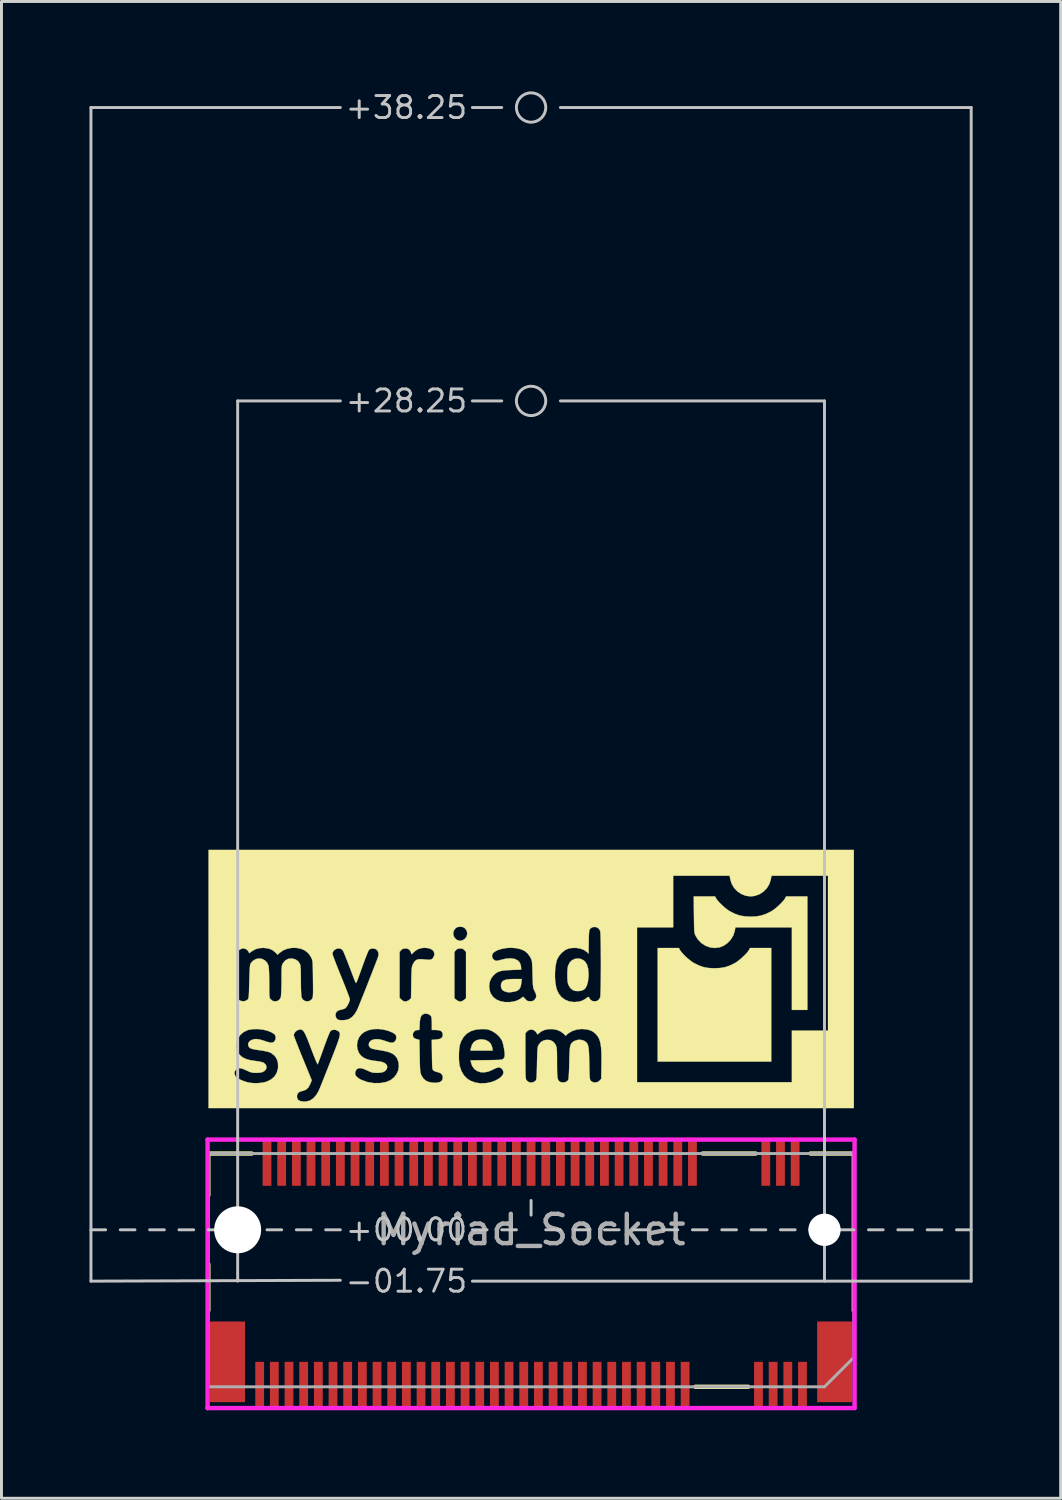
<source format=kicad_pcb>
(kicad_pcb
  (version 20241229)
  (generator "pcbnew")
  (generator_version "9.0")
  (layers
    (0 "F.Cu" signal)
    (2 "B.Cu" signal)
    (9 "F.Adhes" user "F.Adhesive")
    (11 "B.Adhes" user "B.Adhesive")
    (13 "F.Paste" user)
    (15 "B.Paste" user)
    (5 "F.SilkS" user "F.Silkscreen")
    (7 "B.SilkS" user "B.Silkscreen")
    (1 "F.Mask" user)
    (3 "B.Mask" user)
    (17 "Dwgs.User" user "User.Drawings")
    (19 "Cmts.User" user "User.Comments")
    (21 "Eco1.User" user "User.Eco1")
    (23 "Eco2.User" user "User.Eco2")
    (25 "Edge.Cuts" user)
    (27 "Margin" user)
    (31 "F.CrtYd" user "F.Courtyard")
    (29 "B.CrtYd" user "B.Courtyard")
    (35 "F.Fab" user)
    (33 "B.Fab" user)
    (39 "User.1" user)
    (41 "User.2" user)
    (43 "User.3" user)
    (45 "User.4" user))
  (footprint "Myriad_Socket"
    (layer "F.Cu")
    (at 15.05 38.864)
    (property "Reference" "Myriad_Socket" (at 0 0 180) (layer "F.Fab") (effects (font (size 1 1) (thickness 0.15))))
    (attr smd)
    (fp_line (start -11 -2.6) (end -11 -1.175) (stroke (width 0.15) (type solid)) (layer "F.SilkS"))
    (fp_line (start -11 1.175) (end -11 2.75) (stroke (width 0.15) (type solid)) (layer "F.SilkS"))
    (fp_line (start -9.525 -2.6) (end -11 -2.6) (stroke (width 0.15) (type solid)) (layer "F.SilkS"))
    (fp_line (start 7.4 5.35) (end 5.6 5.35) (stroke (width 0.15) (type solid)) (layer "F.SilkS"))
    (fp_line (start 7.65 -2.6) (end 5.85 -2.6) (stroke (width 0.15) (type solid)) (layer "F.SilkS"))
    (fp_line (start 11 -2.6) (end 9.525 -2.6) (stroke (width 0.15) (type solid)) (layer "F.SilkS"))
    (fp_line (start 11 -2.6) (end 11 2.75) (stroke (width 0.15) (type solid)) (layer "F.SilkS"))
    (fp_poly (pts (xy -1.558 -6.472) (xy -1.451 -6.42) (xy -1.373 -6.339) (xy -1.328 -6.23) (xy -1.321 -6.194) (xy -1.309 -6.107) (xy -2.065 -6.107) (xy -2.05 -6.19) (xy -2.01 -6.315) (xy -1.941 -6.408) (xy -1.844 -6.466) (xy -1.72 -6.49) (xy -1.689 -6.491) (xy -1.558 -6.472)) (stroke (width 0.01) (type solid)) (fill yes) (layer "F.SilkS"))
    (fp_poly (pts (xy -0.331 -8.416) (xy -0.353 -8.296) (xy -0.393 -8.212) (xy -0.457 -8.156) (xy -0.487 -8.142) (xy -0.546 -8.124) (xy -0.624 -8.108) (xy -0.703 -8.097) (xy -0.767 -8.093) (xy -0.798 -8.097) (xy -0.835 -8.107) (xy -0.88 -8.118) (xy -0.96 -8.155) (xy -1.011 -8.224) (xy -1.029 -8.316) (xy -1.018 -8.397) (xy -0.985 -8.458) (xy -0.926 -8.501) (xy -0.836 -8.529) (xy -0.711 -8.544) (xy -0.565 -8.548) (xy -0.319 -8.548) (xy -0.331 -8.416)) (stroke (width 0.01) (type solid)) (fill yes) (layer "F.SilkS"))
    (fp_poly (pts (xy 5.073 -9.538) (xy 5.119 -9.472) (xy 5.191 -9.39) (xy 5.28 -9.302) (xy 5.377 -9.217) (xy 5.472 -9.143) (xy 5.549 -9.093) (xy 5.716 -9.011) (xy 5.871 -8.956) (xy 6.032 -8.925) (xy 6.215 -8.914) (xy 6.25 -8.914) (xy 6.438 -8.922) (xy 6.602 -8.949) (xy 6.757 -8.999) (xy 6.92 -9.077) (xy 6.951 -9.093) (xy 7.035 -9.148) (xy 7.13 -9.223) (xy 7.226 -9.309) (xy 7.315 -9.396) (xy 7.386 -9.477) (xy 7.427 -9.538) (xy 7.461 -9.604) (xy 8.185 -9.604) (xy 8.185 -5.733) (xy 4.315 -5.733) (xy 4.315 -9.604) (xy 5.039 -9.604) (xy 5.073 -9.538)) (stroke (width 0.01) (type solid)) (fill yes) (layer "F.SilkS"))
    (fp_poly (pts (xy 1.69 -9.234) (xy 1.79 -9.185) (xy 1.849 -9.131) (xy 1.909 -9.031) (xy 1.946 -8.894) (xy 1.959 -8.723) (xy 1.956 -8.613) (xy 1.937 -8.451) (xy 1.899 -8.321) (xy 1.843 -8.226) (xy 1.796 -8.183) (xy 1.715 -8.149) (xy 1.615 -8.135) (xy 1.514 -8.14) (xy 1.43 -8.166) (xy 1.418 -8.172) (xy 1.33 -8.249) (xy 1.271 -8.354) (xy 1.257 -8.397) (xy 1.245 -8.466) (xy 1.237 -8.565) (xy 1.235 -8.68) (xy 1.237 -8.797) (xy 1.245 -8.902) (xy 1.256 -8.982) (xy 1.259 -8.991) (xy 1.308 -9.099) (xy 1.384 -9.179) (xy 1.478 -9.229) (xy 1.583 -9.248) (xy 1.69 -9.234)) (stroke (width 0.01) (type solid)) (fill yes) (layer "F.SilkS"))
    (fp_poly (pts (xy 6.305 -11.298) (xy 6.35 -11.231) (xy 6.422 -11.15) (xy 6.512 -11.062) (xy 6.609 -10.976) (xy 6.703 -10.902) (xy 6.781 -10.853) (xy 6.947 -10.77) (xy 7.103 -10.715) (xy 7.264 -10.685) (xy 7.446 -10.674) (xy 7.481 -10.673) (xy 7.67 -10.681) (xy 7.833 -10.708) (xy 7.988 -10.759) (xy 8.152 -10.836) (xy 8.182 -10.853) (xy 8.266 -10.907) (xy 8.361 -10.982) (xy 8.458 -11.068) (xy 8.546 -11.156) (xy 8.617 -11.237) (xy 8.658 -11.298) (xy 8.692 -11.363) (xy 9.417 -11.363) (xy 9.417 -7.493) (xy 8.889 -7.493) (xy 8.889 -10.308) (xy 6.964 -10.308) (xy 6.939 -10.177) (xy 6.889 -10.025) (xy 6.802 -9.885) (xy 6.687 -9.766) (xy 6.55 -9.675) (xy 6.417 -9.624) (xy 6.254 -9.605) (xy 6.092 -9.626) (xy 5.939 -9.684) (xy 5.8 -9.776) (xy 5.683 -9.899) (xy 5.612 -10.013) (xy 5.596 -10.045) (xy 5.583 -10.077) (xy 5.574 -10.112) (xy 5.566 -10.157) (xy 5.561 -10.218) (xy 5.557 -10.3) (xy 5.555 -10.408) (xy 5.553 -10.549) (xy 5.551 -10.728) (xy 5.55 -10.742) (xy 5.544 -11.363) (xy 6.271 -11.363) (xy 6.305 -11.298)) (stroke (width 0.01) (type solid)) (fill yes) (layer "F.SilkS"))
    (fp_poly (pts (xy 11 -4.15) (xy -10.991 -4.15) (xy -10.991 -5.306) (xy -10.107 -5.306) (xy -10.072 -5.227) (xy -10.069 -5.223) (xy -10.015 -5.176) (xy -9.928 -5.126) (xy -9.822 -5.079) (xy -9.706 -5.039) (xy -9.606 -5.015) (xy -9.463 -4.998) (xy -9.306 -4.999) (xy -9.155 -5.015) (xy -9.024 -5.045) (xy -9.006 -5.052) (xy -8.857 -5.127) (xy -8.744 -5.228) (xy -8.666 -5.354) (xy -8.626 -5.504) (xy -8.622 -5.534) (xy -8.627 -5.69) (xy -8.668 -5.826) (xy -8.746 -5.938) (xy -8.858 -6.024) (xy -8.888 -6.04) (xy -8.956 -6.064) (xy -9.057 -6.088) (xy -9.177 -6.11) (xy -9.233 -6.118) (xy -9.37 -6.137) (xy -9.469 -6.156) (xy -9.538 -6.176) (xy -9.585 -6.2) (xy -9.616 -6.231) (xy -9.629 -6.252) (xy -9.646 -6.323) (xy -9.625 -6.389) (xy -9.572 -6.444) (xy -9.491 -6.484) (xy -9.39 -6.502) (xy -9.364 -6.502) (xy -9.292 -6.494) (xy -9.2 -6.473) (xy -9.111 -6.446) (xy -8.989 -6.404) (xy -8.899 -6.382) (xy -8.833 -6.378) (xy -8.784 -6.393) (xy -8.754 -6.414) (xy -8.717 -6.473) (xy -8.703 -6.546) (xy -8.714 -6.617) (xy -8.721 -6.628) (xy -8.088 -6.628) (xy -8.08 -6.601) (xy -8.057 -6.539) (xy -8.021 -6.445) (xy -7.974 -6.324) (xy -7.918 -6.182) (xy -7.854 -6.023) (xy -7.784 -5.851) (xy -7.782 -5.846) (xy -7.475 -5.096) (xy -7.521 -4.98) (xy -7.582 -4.863) (xy -7.657 -4.785) (xy -7.751 -4.742) (xy -7.785 -4.735) (xy -7.885 -4.706) (xy -7.949 -4.654) (xy -7.977 -4.578) (xy -7.979 -4.547) (xy -7.97 -4.478) (xy -7.937 -4.429) (xy -7.921 -4.415) (xy -7.85 -4.383) (xy -7.755 -4.37) (xy -7.649 -4.376) (xy -7.549 -4.402) (xy -7.528 -4.411) (xy -7.422 -4.481) (xy -7.325 -4.589) (xy -7.242 -4.728) (xy -7.23 -4.754) (xy -7.209 -4.803) (xy -7.174 -4.889) (xy -7.128 -5.004) (xy -7.071 -5.146) (xy -7.007 -5.307) (xy -6.98 -5.375) (xy -5.996 -5.375) (xy -5.995 -5.297) (xy -5.951 -5.223) (xy -5.864 -5.153) (xy -5.775 -5.106) (xy -5.571 -5.034) (xy -5.355 -4.999) (xy -5.138 -5.001) (xy -4.932 -5.039) (xy -4.928 -5.041) (xy -4.787 -5.103) (xy -4.672 -5.193) (xy -4.585 -5.305) (xy -4.528 -5.432) (xy -4.505 -5.568) (xy -4.516 -5.705) (xy -4.565 -5.839) (xy -4.609 -5.906) (xy -4.681 -5.977) (xy -4.785 -6.034) (xy -4.925 -6.079) (xy -5.103 -6.114) (xy -5.143 -6.12) (xy -5.25 -6.137) (xy -5.346 -6.156) (xy -5.419 -6.174) (xy -5.454 -6.187) (xy -5.511 -6.236) (xy -5.533 -6.3) (xy -5.523 -6.369) (xy -5.48 -6.431) (xy -5.417 -6.471) (xy -5.302 -6.499) (xy -5.168 -6.492) (xy -5.012 -6.451) (xy -4.999 -6.446) (xy -4.881 -6.405) (xy -4.796 -6.382) (xy -4.734 -6.376) (xy -4.688 -6.387) (xy -4.649 -6.413) (xy -4.645 -6.416) (xy -4.606 -6.477) (xy -4.591 -6.551) (xy -4.602 -6.621) (xy -4.63 -6.662) (xy -4.644 -6.671) (xy -4.031 -6.671) (xy -4.023 -6.589) (xy -4.021 -6.582) (xy -3.99 -6.538) (xy -3.93 -6.508) (xy -3.902 -6.499) (xy -3.805 -6.473) (xy -3.796 -5.922) (xy -3.793 -5.749) (xy -3.789 -5.614) (xy -3.785 -5.511) (xy -3.78 -5.433) (xy -3.773 -5.376) (xy -3.764 -5.332) (xy -3.752 -5.296) (xy -3.741 -5.272) (xy -3.674 -5.16) (xy -3.587 -5.084) (xy -3.489 -5.04) (xy -3.385 -5.018) (xy -3.274 -5.01) (xy -3.173 -5.018) (xy -3.098 -5.04) (xy -3.042 -5.08) (xy -3.015 -5.136) (xy -3.008 -5.207) (xy -3.029 -5.282) (xy -3.085 -5.338) (xy -3.174 -5.371) (xy -3.185 -5.373) (xy -3.256 -5.392) (xy -3.315 -5.421) (xy -3.323 -5.427) (xy -3.339 -5.441) (xy -3.35 -5.459) (xy -3.359 -5.486) (xy -3.366 -5.529) (xy -3.37 -5.592) (xy -3.373 -5.682) (xy -3.376 -5.805) (xy -3.378 -5.955) (xy -2.46 -5.955) (xy -2.459 -5.818) (xy -2.451 -5.695) (xy -2.437 -5.6) (xy -2.435 -5.59) (xy -2.373 -5.407) (xy -2.284 -5.259) (xy -2.168 -5.144) (xy -2.058 -5.077) (xy -1.899 -5.018) (xy -1.731 -4.992) (xy -1.545 -4.999) (xy -1.471 -5.009) (xy -1.332 -5.042) (xy -1.204 -5.092) (xy -1.095 -5.154) (xy -1.01 -5.224) (xy -0.957 -5.297) (xy -0.941 -5.361) (xy -0.96 -5.44) (xy -1.008 -5.501) (xy -1.075 -5.533) (xy -1.101 -5.535) (xy -1.152 -5.525) (xy -1.225 -5.497) (xy -1.304 -5.458) (xy -1.305 -5.457) (xy -1.453 -5.393) (xy -1.595 -5.366) (xy -1.726 -5.373) (xy -1.843 -5.414) (xy -1.939 -5.486) (xy -2.01 -5.588) (xy -2.048 -5.705) (xy -2.061 -5.775) (xy -1.526 -5.782) (xy -1.357 -5.784) (xy -1.227 -5.787) (xy -1.129 -5.79) (xy -1.059 -5.794) (xy -1.011 -5.801) (xy -0.979 -5.809) (xy -0.957 -5.82) (xy -0.944 -5.83) (xy -0.909 -5.882) (xy -0.897 -5.958) (xy -0.897 -5.966) (xy -0.903 -6.056) (xy -0.919 -6.164) (xy -0.941 -6.276) (xy -0.966 -6.377) (xy -0.992 -6.451) (xy -0.997 -6.46) (xy -1.08 -6.58) (xy -1.193 -6.687) (xy -1.211 -6.699) (xy -0.194 -6.699) (xy -0.194 -5.924) (xy -0.193 -5.715) (xy -0.193 -5.546) (xy -0.191 -5.412) (xy -0.189 -5.309) (xy -0.185 -5.232) (xy -0.18 -5.177) (xy -0.174 -5.139) (xy -0.166 -5.113) (xy -0.158 -5.099) (xy -0.094 -5.041) (xy -0.013 -5.017) (xy 0.072 -5.028) (xy 0.146 -5.074) (xy 0.147 -5.075) (xy 0.161 -5.091) (xy 0.172 -5.112) (xy 0.18 -5.145) (xy 0.186 -5.193) (xy 0.191 -5.264) (xy 0.195 -5.361) (xy 0.199 -5.491) (xy 0.202 -5.66) (xy 0.202 -5.673) (xy 0.206 -5.846) (xy 0.21 -5.981) (xy 0.214 -6.083) (xy 0.219 -6.158) (xy 0.226 -6.213) (xy 0.235 -6.252) (xy 0.246 -6.282) (xy 0.257 -6.303) (xy 0.333 -6.398) (xy 0.429 -6.454) (xy 0.525 -6.474) (xy 0.644 -6.467) (xy 0.74 -6.423) (xy 0.815 -6.341) (xy 0.835 -6.306) (xy 0.85 -6.272) (xy 0.863 -6.238) (xy 0.871 -6.198) (xy 0.877 -6.144) (xy 0.881 -6.071) (xy 0.883 -5.971) (xy 0.884 -5.84) (xy 0.884 -5.706) (xy 0.885 -5.522) (xy 0.887 -5.377) (xy 0.893 -5.265) (xy 0.903 -5.183) (xy 0.918 -5.124) (xy 0.939 -5.083) (xy 0.968 -5.056) (xy 1.004 -5.037) (xy 1.018 -5.032) (xy 1.102 -5.02) (xy 1.184 -5.038) (xy 1.247 -5.081) (xy 1.264 -5.103) (xy 1.274 -5.14) (xy 1.282 -5.213) (xy 1.29 -5.324) (xy 1.296 -5.475) (xy 1.301 -5.668) (xy 1.302 -5.7) (xy 1.306 -5.886) (xy 1.311 -6.033) (xy 1.318 -6.147) (xy 1.329 -6.233) (xy 1.345 -6.296) (xy 1.367 -6.343) (xy 1.396 -6.379) (xy 1.434 -6.409) (xy 1.483 -6.437) (xy 1.483 -6.438) (xy 1.582 -6.472) (xy 1.691 -6.476) (xy 1.792 -6.45) (xy 1.837 -6.424) (xy 1.875 -6.393) (xy 1.906 -6.36) (xy 1.93 -6.318) (xy 1.947 -6.263) (xy 1.96 -6.189) (xy 1.97 -6.091) (xy 1.976 -5.963) (xy 1.981 -5.8) (xy 1.984 -5.673) (xy 1.987 -5.503) (xy 1.99 -5.371) (xy 1.994 -5.272) (xy 1.999 -5.2) (xy 2.005 -5.15) (xy 2.013 -5.117) (xy 2.023 -5.094) (xy 2.037 -5.077) (xy 2.044 -5.069) (xy 2.115 -5.027) (xy 2.199 -5.019) (xy 2.282 -5.044) (xy 2.33 -5.08) (xy 2.39 -5.141) (xy 2.398 -5.615) (xy 2.4 -5.846) (xy 2.396 -6.038) (xy 2.387 -6.196) (xy 2.371 -6.326) (xy 2.346 -6.432) (xy 2.314 -6.52) (xy 2.271 -6.593) (xy 2.218 -6.658) (xy 2.2 -6.677) (xy 2.126 -6.741) (xy 2.052 -6.785) (xy 1.961 -6.815) (xy 1.884 -6.832) (xy 1.724 -6.845) (xy 1.562 -6.826) (xy 1.41 -6.778) (xy 1.279 -6.703) (xy 1.235 -6.666) (xy 1.178 -6.613) (xy 1.116 -6.678) (xy 1.011 -6.758) (xy 0.884 -6.812) (xy 0.743 -6.839) (xy 0.6 -6.84) (xy 0.463 -6.812) (xy 0.342 -6.758) (xy 0.269 -6.698) (xy 0.231 -6.666) (xy 0.211 -6.669) (xy 0.208 -6.675) (xy 0.187 -6.711) (xy 0.151 -6.758) (xy 0.147 -6.762) (xy 0.08 -6.811) (xy -0.002 -6.825) (xy -0.082 -6.805) (xy -0.141 -6.76) (xy -0.194 -6.699) (xy -1.211 -6.699) (xy -1.324 -6.77) (xy -1.343 -6.779) (xy -1.419 -6.811) (xy -1.487 -6.83) (xy -1.563 -6.839) (xy -1.664 -6.841) (xy -1.678 -6.841) (xy -1.876 -6.824) (xy -2.046 -6.773) (xy -2.189 -6.688) (xy -2.303 -6.569) (xy -2.388 -6.418) (xy -2.428 -6.3) (xy -2.445 -6.21) (xy -2.455 -6.09) (xy -2.46 -5.955) (xy -3.378 -5.955) (xy -3.378 -5.966) (xy -3.378 -5.971) (xy -3.385 -6.476) (xy -3.242 -6.485) (xy -3.131 -6.501) (xy -3.058 -6.533) (xy -3.018 -6.584) (xy -3.009 -6.644) (xy -3.022 -6.72) (xy -3.062 -6.771) (xy -3.135 -6.8) (xy -3.244 -6.811) (xy -3.26 -6.811) (xy -3.382 -6.811) (xy -3.382 -7.021) (xy -3.385 -7.118) (xy -3.391 -7.202) (xy -3.401 -7.26) (xy -3.406 -7.276) (xy -3.453 -7.325) (xy -3.525 -7.358) (xy -3.603 -7.369) (xy -3.636 -7.364) (xy -3.699 -7.336) (xy -3.744 -7.287) (xy -3.774 -7.212) (xy -3.791 -7.103) (xy -3.796 -7.02) (xy -3.805 -6.811) (xy -3.864 -6.811) (xy -3.945 -6.792) (xy -4.003 -6.742) (xy -4.031 -6.671) (xy -4.644 -6.671) (xy -4.722 -6.722) (xy -4.849 -6.775) (xy -5.004 -6.818) (xy -5.022 -6.822) (xy -5.207 -6.845) (xy -5.384 -6.838) (xy -5.546 -6.803) (xy -5.685 -6.74) (xy -5.785 -6.663) (xy -5.868 -6.549) (xy -5.918 -6.419) (xy -5.934 -6.281) (xy -5.915 -6.146) (xy -5.863 -6.022) (xy -5.806 -5.946) (xy -5.732 -5.882) (xy -5.641 -5.832) (xy -5.526 -5.794) (xy -5.381 -5.765) (xy -5.206 -5.744) (xy -5.08 -5.721) (xy -4.985 -5.681) (xy -4.925 -5.626) (xy -4.901 -5.559) (xy -4.918 -5.483) (xy -4.925 -5.471) (xy -4.975 -5.411) (xy -5.05 -5.372) (xy -5.157 -5.353) (xy -5.253 -5.349) (xy -5.343 -5.352) (xy -5.414 -5.362) (xy -5.485 -5.385) (xy -5.572 -5.425) (xy -5.587 -5.432) (xy -5.71 -5.485) (xy -5.806 -5.51) (xy -5.879 -5.507) (xy -5.935 -5.476) (xy -5.954 -5.456) (xy -5.996 -5.375) (xy -6.98 -5.375) (xy -6.937 -5.484) (xy -6.864 -5.67) (xy -6.836 -5.741) (xy -6.749 -5.965) (xy -6.677 -6.151) (xy -6.619 -6.303) (xy -6.576 -6.426) (xy -6.544 -6.523) (xy -6.525 -6.598) (xy -6.516 -6.655) (xy -6.517 -6.697) (xy -6.528 -6.728) (xy -6.546 -6.752) (xy -6.572 -6.773) (xy -6.586 -6.783) (xy -6.663 -6.814) (xy -6.745 -6.817) (xy -6.816 -6.792) (xy -6.835 -6.777) (xy -6.854 -6.745) (xy -6.884 -6.678) (xy -6.924 -6.581) (xy -6.971 -6.46) (xy -7.022 -6.323) (xy -7.068 -6.195) (xy -7.12 -6.049) (xy -7.168 -5.917) (xy -7.209 -5.805) (xy -7.242 -5.717) (xy -7.265 -5.66) (xy -7.274 -5.64) (xy -7.285 -5.655) (xy -7.309 -5.706) (xy -7.345 -5.788) (xy -7.389 -5.896) (xy -7.439 -6.025) (xy -7.494 -6.167) (xy -7.563 -6.349) (xy -7.619 -6.493) (xy -7.667 -6.605) (xy -7.706 -6.688) (xy -7.74 -6.747) (xy -7.771 -6.787) (xy -7.801 -6.811) (xy -7.828 -6.823) (xy -7.901 -6.825) (xy -7.976 -6.795) (xy -8.039 -6.742) (xy -8.08 -6.674) (xy -8.088 -6.628) (xy -8.721 -6.628) (xy -8.743 -6.662) (xy -8.85 -6.732) (xy -8.987 -6.786) (xy -9.145 -6.823) (xy -9.311 -6.842) (xy -9.475 -6.839) (xy -9.625 -6.815) (xy -9.671 -6.801) (xy -9.802 -6.736) (xy -9.908 -6.644) (xy -9.985 -6.532) (xy -10.032 -6.406) (xy -10.047 -6.273) (xy -10.027 -6.142) (xy -9.971 -6.018) (xy -9.922 -5.953) (xy -9.837 -5.881) (xy -9.727 -5.825) (xy -9.585 -5.784) (xy -9.406 -5.756) (xy -9.391 -5.754) (xy -9.283 -5.739) (xy -9.19 -5.719) (xy -9.125 -5.699) (xy -9.111 -5.692) (xy -9.046 -5.635) (xy -9.017 -5.564) (xy -9.028 -5.489) (xy -9.036 -5.473) (xy -9.086 -5.413) (xy -9.16 -5.373) (xy -9.263 -5.353) (xy -9.365 -5.349) (xy -9.456 -5.352) (xy -9.527 -5.362) (xy -9.597 -5.385) (xy -9.685 -5.425) (xy -9.699 -5.432) (xy -9.817 -5.483) (xy -9.907 -5.508) (xy -9.977 -5.507) (xy -10.034 -5.48) (xy -10.058 -5.459) (xy -10.103 -5.387) (xy -10.107 -5.306) (xy -10.991 -5.306) (xy -10.991 -8.34) (xy -10.022 -8.34) (xy -10.02 -8.195) (xy -10.016 -8.082) (xy -10.009 -7.995) (xy -9.999 -7.93) (xy -9.985 -7.884) (xy -9.967 -7.851) (xy -9.944 -7.828) (xy -9.918 -7.812) (xy -9.838 -7.788) (xy -9.75 -7.796) (xy -9.674 -7.834) (xy -9.662 -7.844) (xy -9.648 -7.861) (xy -9.637 -7.882) (xy -9.629 -7.913) (xy -9.622 -7.96) (xy -9.617 -8.028) (xy -9.613 -8.123) (xy -9.61 -8.25) (xy -9.606 -8.415) (xy -9.605 -8.444) (xy -9.6 -8.627) (xy -9.594 -8.783) (xy -9.587 -8.909) (xy -9.579 -8.999) (xy -9.571 -9.05) (xy -9.569 -9.056) (xy -9.535 -9.108) (xy -9.485 -9.162) (xy -9.475 -9.171) (xy -9.376 -9.228) (xy -9.27 -9.248) (xy -9.166 -9.232) (xy -9.072 -9.183) (xy -8.996 -9.104) (xy -8.948 -8.999) (xy -8.941 -8.948) (xy -8.934 -8.86) (xy -8.929 -8.741) (xy -8.926 -8.598) (xy -8.924 -8.438) (xy -8.924 -8.414) (xy -8.924 -8.253) (xy -8.923 -8.129) (xy -8.921 -8.038) (xy -8.917 -7.973) (xy -8.911 -7.928) (xy -8.902 -7.897) (xy -8.89 -7.874) (xy -8.879 -7.859) (xy -8.812 -7.804) (xy -8.733 -7.784) (xy -8.653 -7.796) (xy -8.583 -7.838) (xy -8.536 -7.908) (xy -8.529 -7.927) (xy -8.523 -7.973) (xy -8.517 -8.056) (xy -8.512 -8.167) (xy -8.508 -8.3) (xy -8.506 -8.446) (xy -8.506 -8.504) (xy -8.506 -8.665) (xy -8.505 -8.788) (xy -8.502 -8.88) (xy -8.498 -8.947) (xy -8.492 -8.995) (xy -8.482 -9.031) (xy -8.469 -9.061) (xy -8.456 -9.085) (xy -8.381 -9.177) (xy -8.284 -9.232) (xy -8.168 -9.247) (xy -8.147 -9.245) (xy -8.031 -9.217) (xy -7.941 -9.155) (xy -7.885 -9.074) (xy -7.872 -9.044) (xy -7.863 -9.007) (xy -7.856 -8.955) (xy -7.851 -8.883) (xy -7.848 -8.786) (xy -7.847 -8.656) (xy -7.846 -8.504) (xy -7.845 -8.354) (xy -7.843 -8.214) (xy -7.838 -8.094) (xy -7.833 -8) (xy -7.826 -7.939) (xy -7.823 -7.927) (xy -7.783 -7.851) (xy -7.717 -7.803) (xy -7.639 -7.784) (xy -7.558 -7.797) (xy -7.487 -7.845) (xy -7.472 -7.861) (xy -7.459 -7.879) (xy -7.449 -7.9) (xy -7.441 -7.929) (xy -7.435 -7.971) (xy -7.432 -8.03) (xy -7.43 -8.113) (xy -7.43 -8.225) (xy -7.431 -8.37) (xy -7.433 -8.547) (xy -7.435 -8.73) (xy -7.437 -8.875) (xy -7.44 -8.986) (xy -7.444 -9.071) (xy -7.449 -9.133) (xy -7.456 -9.179) (xy -7.465 -9.214) (xy -7.477 -9.244) (xy -7.492 -9.274) (xy -7.536 -9.348) (xy -7.576 -9.404) (xy -6.769 -9.404) (xy -6.761 -9.374) (xy -6.738 -9.307) (xy -6.702 -9.21) (xy -6.655 -9.087) (xy -6.598 -8.943) (xy -6.534 -8.783) (xy -6.472 -8.63) (xy -6.403 -8.46) (xy -6.34 -8.302) (xy -6.285 -8.16) (xy -6.238 -8.04) (xy -6.204 -7.946) (xy -6.182 -7.883) (xy -6.175 -7.857) (xy -6.188 -7.797) (xy -6.218 -7.721) (xy -6.259 -7.643) (xy -6.303 -7.58) (xy -6.333 -7.55) (xy -6.389 -7.525) (xy -6.46 -7.505) (xy -6.472 -7.503) (xy -6.564 -7.478) (xy -6.624 -7.435) (xy -6.658 -7.375) (xy -6.666 -7.297) (xy -6.64 -7.22) (xy -6.598 -7.171) (xy -6.545 -7.151) (xy -6.465 -7.143) (xy -6.372 -7.145) (xy -6.28 -7.159) (xy -6.208 -7.182) (xy -6.099 -7.254) (xy -6.001 -7.367) (xy -5.926 -7.498) (xy -5.906 -7.544) (xy -5.872 -7.625) (xy -5.828 -7.735) (xy -5.774 -7.868) (xy -5.713 -8.02) (xy -5.648 -8.184) (xy -5.58 -8.356) (xy -5.512 -8.529) (xy -5.446 -8.698) (xy -5.383 -8.859) (xy -5.327 -9.005) (xy -5.278 -9.13) (xy -5.24 -9.23) (xy -5.215 -9.3) (xy -5.205 -9.329) (xy -5.197 -9.417) (xy -5.214 -9.469) (xy -4.482 -9.469) (xy -4.482 -7.907) (xy -4.418 -7.843) (xy -4.341 -7.79) (xy -4.26 -7.781) (xy -4.178 -7.816) (xy -4.156 -7.833) (xy -4.091 -7.888) (xy -4.083 -8.422) (xy -4.08 -8.59) (xy -4.077 -8.72) (xy -4.073 -8.819) (xy -4.068 -8.893) (xy -4.061 -8.947) (xy -4.052 -8.989) (xy -4.039 -9.025) (xy -4.023 -9.06) (xy -4.023 -9.06) (xy -3.972 -9.144) (xy -3.912 -9.196) (xy -3.833 -9.221) (xy -3.726 -9.223) (xy -3.68 -9.219) (xy -3.565 -9.208) (xy -3.484 -9.204) (xy -3.429 -9.208) (xy -3.39 -9.221) (xy -3.36 -9.245) (xy -3.345 -9.261) (xy -3.303 -9.339) (xy -3.296 -9.424) (xy -3.314 -9.469) (xy -2.613 -9.469) (xy -2.613 -7.892) (xy -2.545 -7.836) (xy -2.483 -7.797) (xy -2.421 -7.779) (xy -2.415 -7.779) (xy -2.355 -7.793) (xy -2.291 -7.83) (xy -2.284 -7.836) (xy -2.217 -7.892) (xy -2.217 -8.287) (xy -1.429 -8.287) (xy -1.405 -8.138) (xy -1.372 -8.049) (xy -1.297 -7.939) (xy -1.19 -7.853) (xy -1.056 -7.794) (xy -0.901 -7.762) (xy -0.729 -7.76) (xy -0.585 -7.781) (xy -0.497 -7.808) (xy -0.41 -7.847) (xy -0.337 -7.891) (xy -0.293 -7.933) (xy -0.291 -7.935) (xy -0.268 -7.936) (xy -0.226 -7.9) (xy -0.204 -7.875) (xy -0.155 -7.823) (xy -0.113 -7.798) (xy -0.057 -7.79) (xy -0.029 -7.79) (xy 0.042 -7.795) (xy 0.09 -7.815) (xy 0.127 -7.851) (xy 0.167 -7.913) (xy 0.177 -7.978) (xy 0.157 -8.057) (xy 0.121 -8.137) (xy 0.101 -8.177) (xy 0.086 -8.214) (xy 0.075 -8.256) (xy 0.067 -8.309) (xy 0.061 -8.381) (xy 0.056 -8.479) (xy 0.052 -8.608) (xy 0.052 -8.618) (xy 0.813 -8.618) (xy 0.828 -8.422) (xy 0.86 -8.247) (xy 0.871 -8.207) (xy 0.938 -8.054) (xy 1.036 -7.931) (xy 1.16 -7.84) (xy 1.306 -7.782) (xy 1.47 -7.761) (xy 1.647 -7.779) (xy 1.654 -7.781) (xy 1.752 -7.814) (xy 1.848 -7.868) (xy 1.864 -7.88) (xy 1.921 -7.921) (xy 1.953 -7.937) (xy 1.97 -7.931) (xy 1.976 -7.916) (xy 2.022 -7.842) (xy 2.089 -7.798) (xy 2.166 -7.784) (xy 2.242 -7.798) (xy 2.308 -7.842) (xy 2.352 -7.914) (xy 2.356 -7.927) (xy 2.362 -7.969) (xy 2.366 -8.049) (xy 2.37 -8.163) (xy 2.374 -8.304) (xy 2.376 -8.467) (xy 2.378 -8.647) (xy 2.379 -8.839) (xy 2.38 -9.036) (xy 2.379 -9.234) (xy 2.378 -9.427) (xy 2.377 -9.61) (xy 2.374 -9.777) (xy 2.371 -9.922) (xy 2.367 -10.041) (xy 2.363 -10.128) (xy 2.357 -10.177) (xy 2.356 -10.181) (xy 2.315 -10.256) (xy 2.249 -10.305) (xy 2.238 -10.308) (xy 3.611 -10.308) (xy 3.611 -5.03) (xy 8.889 -5.03) (xy 8.889 -6.789) (xy 10.12 -6.789) (xy 10.12 -12.067) (xy 8.195 -12.067) (xy 8.17 -11.937) (xy 8.119 -11.779) (xy 8.033 -11.64) (xy 7.917 -11.523) (xy 7.779 -11.434) (xy 7.624 -11.38) (xy 7.481 -11.363) (xy 7.318 -11.384) (xy 7.166 -11.444) (xy 7.03 -11.536) (xy 6.917 -11.656) (xy 6.835 -11.798) (xy 6.792 -11.937) (xy 6.768 -12.067) (xy 4.842 -12.067) (xy 4.842 -10.308) (xy 3.611 -10.308) (xy 2.238 -10.308) (xy 2.17 -10.324) (xy 2.088 -10.312) (xy 2.017 -10.264) (xy 2.014 -10.261) (xy 1.999 -10.24) (xy 1.988 -10.212) (xy 1.98 -10.169) (xy 1.974 -10.105) (xy 1.97 -10.013) (xy 1.967 -9.888) (xy 1.966 -9.813) (xy 1.959 -9.411) (xy 1.905 -9.465) (xy 1.804 -9.537) (xy 1.675 -9.586) (xy 1.53 -9.609) (xy 1.378 -9.604) (xy 1.269 -9.583) (xy 1.16 -9.533) (xy 1.054 -9.45) (xy 0.962 -9.347) (xy 0.895 -9.232) (xy 0.876 -9.183) (xy 0.838 -9.014) (xy 0.817 -8.821) (xy 0.813 -8.618) (xy 0.052 -8.618) (xy 0.049 -8.713) (xy 0.045 -8.867) (xy 0.041 -8.984) (xy 0.036 -9.07) (xy 0.03 -9.134) (xy 0.021 -9.182) (xy 0.008 -9.22) (xy -0.008 -9.256) (xy -0.028 -9.293) (xy -0.11 -9.411) (xy -0.211 -9.498) (xy -0.337 -9.559) (xy -0.496 -9.597) (xy -0.523 -9.601) (xy -0.676 -9.612) (xy -0.829 -9.605) (xy -0.975 -9.581) (xy -1.106 -9.544) (xy -1.213 -9.495) (xy -1.29 -9.436) (xy -1.314 -9.402) (xy -1.333 -9.327) (xy -1.313 -9.254) (xy -1.257 -9.195) (xy -1.245 -9.187) (xy -1.211 -9.172) (xy -1.176 -9.167) (xy -1.127 -9.174) (xy -1.053 -9.194) (xy -1.02 -9.203) (xy -0.845 -9.243) (xy -0.691 -9.252) (xy -0.562 -9.233) (xy -0.46 -9.187) (xy -0.388 -9.113) (xy -0.349 -9.014) (xy -0.343 -8.966) (xy -0.337 -8.867) (xy -0.655 -8.856) (xy -0.819 -8.847) (xy -0.946 -8.835) (xy -1.046 -8.816) (xy -1.126 -8.788) (xy -1.193 -8.749) (xy -1.257 -8.697) (xy -1.274 -8.681) (xy -1.362 -8.566) (xy -1.414 -8.432) (xy -1.429 -8.287) (xy -2.217 -8.287) (xy -2.217 -9.469) (xy -2.268 -9.529) (xy -2.313 -9.569) (xy -2.369 -9.586) (xy -2.415 -9.588) (xy -2.486 -9.581) (xy -2.535 -9.556) (xy -2.562 -9.529) (xy -2.613 -9.469) (xy -3.314 -9.469) (xy -3.326 -9.501) (xy -3.346 -9.525) (xy -3.418 -9.571) (xy -3.517 -9.601) (xy -3.628 -9.611) (xy -3.718 -9.603) (xy -3.816 -9.579) (xy -3.891 -9.545) (xy -3.965 -9.49) (xy -4.004 -9.454) (xy -4.051 -9.41) (xy -4.076 -9.394) (xy -4.085 -9.405) (xy -4.086 -9.422) (xy -4.1 -9.471) (xy -4.134 -9.525) (xy -4.137 -9.529) (xy -4.182 -9.569) (xy -4.238 -9.586) (xy -4.284 -9.588) (xy -4.355 -9.581) (xy -4.404 -9.556) (xy -4.431 -9.529) (xy -4.482 -9.469) (xy -5.214 -9.469) (xy -5.223 -9.498) (xy -5.278 -9.557) (xy -5.303 -9.571) (xy -5.392 -9.59) (xy -5.474 -9.575) (xy -5.527 -9.538) (xy -5.544 -9.507) (xy -5.573 -9.44) (xy -5.611 -9.345) (xy -5.657 -9.226) (xy -5.708 -9.089) (xy -5.749 -8.975) (xy -5.801 -8.83) (xy -5.849 -8.698) (xy -5.89 -8.585) (xy -5.923 -8.497) (xy -5.945 -8.44) (xy -5.954 -8.42) (xy -5.969 -8.418) (xy -5.993 -8.455) (xy -6.026 -8.534) (xy -6.028 -8.54) (xy -6.117 -8.774) (xy -6.191 -8.969) (xy -6.253 -9.13) (xy -6.304 -9.259) (xy -6.344 -9.359) (xy -6.375 -9.434) (xy -6.399 -9.487) (xy -6.416 -9.521) (xy -6.428 -9.538) (xy -6.493 -9.581) (xy -6.569 -9.591) (xy -6.646 -9.572) (xy -6.713 -9.529) (xy -6.757 -9.465) (xy -6.769 -9.404) (xy -7.576 -9.404) (xy -7.584 -9.415) (xy -7.602 -9.435) (xy -7.71 -9.521) (xy -7.843 -9.579) (xy -7.991 -9.608) (xy -8.147 -9.609) (xy -8.301 -9.582) (xy -8.443 -9.527) (xy -8.566 -9.443) (xy -8.579 -9.432) (xy -8.64 -9.374) (xy -8.709 -9.448) (xy -8.817 -9.535) (xy -8.947 -9.588) (xy -9.105 -9.608) (xy -9.131 -9.609) (xy -9.283 -9.596) (xy -9.412 -9.556) (xy -9.531 -9.483) (xy -9.532 -9.482) (xy -9.604 -9.427) (xy -9.637 -9.491) (xy -9.692 -9.555) (xy -9.767 -9.587) (xy -9.85 -9.586) (xy -9.929 -9.551) (xy -9.962 -9.523) (xy -9.975 -9.507) (xy -9.987 -9.49) (xy -9.995 -9.467) (xy -10.002 -9.433) (xy -10.007 -9.383) (xy -10.011 -9.313) (xy -10.014 -9.217) (xy -10.016 -9.092) (xy -10.018 -8.932) (xy -10.02 -8.739) (xy -10.021 -8.519) (xy -10.022 -8.34) (xy -10.991 -8.34) (xy -10.991 -10.138) (xy -2.652 -10.138) (xy -2.649 -10.048) (xy -2.615 -9.964) (xy -2.553 -9.898) (xy -2.518 -9.878) (xy -2.452 -9.853) (xy -2.4 -9.85) (xy -2.34 -9.868) (xy -2.317 -9.877) (xy -2.242 -9.929) (xy -2.193 -10.006) (xy -2.175 -10.095) (xy -2.19 -10.182) (xy -2.21 -10.22) (xy -2.265 -10.286) (xy -2.324 -10.318) (xy -2.406 -10.328) (xy -2.415 -10.328) (xy -2.499 -10.32) (xy -2.56 -10.29) (xy -2.614 -10.227) (xy -2.619 -10.22) (xy -2.652 -10.138) (xy -10.991 -10.138) (xy -10.991 -12.947) (xy 11 -12.947) (xy 11 -4.15)) (stroke (width 0.01) (type solid)) (fill yes) (layer "F.SilkS"))
    (fp_line (start -15 -38.25) (end -6.5 -38.25) (stroke (width 0.1) (type solid)) (layer "Dwgs.User"))
    (fp_line (start -15 1.75) (end -15 -38.25) (stroke (width 0.1) (type solid)) (layer "Dwgs.User"))
    (fp_line (start -15 1.75) (end -6.5 1.72) (stroke (width 0.1) (type solid)) (layer "Dwgs.User"))
    (fp_line (start -14.5 0) (end -15 0) (stroke (width 0.1) (type solid)) (layer "Dwgs.User"))
    (fp_line (start -13.5 0) (end -14 0) (stroke (width 0.1) (type solid)) (layer "Dwgs.User"))
    (fp_line (start -12.5 0) (end -13 0) (stroke (width 0.1) (type solid)) (layer "Dwgs.User"))
    (fp_line (start -11.5 0) (end -12 0) (stroke (width 0.1) (type solid)) (layer "Dwgs.User"))
    (fp_line (start -10.5 0) (end -11 0) (stroke (width 0.1) (type solid)) (layer "Dwgs.User"))
    (fp_line (start -10 -28.25) (end -6.5 -28.25) (stroke (width 0.1) (type solid)) (layer "Dwgs.User"))
    (fp_line (start -10 1.75) (end -10 -28.25) (stroke (width 0.1) (type solid)) (layer "Dwgs.User"))
    (fp_line (start -9.5 0) (end -10 0) (stroke (width 0.1) (type solid)) (layer "Dwgs.User"))
    (fp_line (start -8.5 0) (end -9 0) (stroke (width 0.1) (type solid)) (layer "Dwgs.User"))
    (fp_line (start -7.5 0) (end -8 0) (stroke (width 0.1) (type solid)) (layer "Dwgs.User"))
    (fp_line (start -7 0) (end -6.5 0) (stroke (width 0.1) (type solid)) (layer "Dwgs.User"))
    (fp_line (start -1.5 0) (end -2 0) (stroke (width 0.1) (type solid)) (layer "Dwgs.User"))
    (fp_line (start -1 -38.25) (end -2 -38.25) (stroke (width 0.1) (type solid)) (layer "Dwgs.User"))
    (fp_line (start -1 -28.25) (end -2 -28.25) (stroke (width 0.1) (type solid)) (layer "Dwgs.User"))
    (fp_line (start -0.5 0) (end -1 0) (stroke (width 0.1) (type solid)) (layer "Dwgs.User"))
    (fp_line (start 0 -1) (end 0 -0.5) (stroke (width 0.1) (type solid)) (layer "Dwgs.User"))
    (fp_line (start 0.5 0) (end 1 0) (stroke (width 0.1) (type solid)) (layer "Dwgs.User"))
    (fp_line (start 1 -38.25) (end 15 -38.25) (stroke (width 0.1) (type solid)) (layer "Dwgs.User"))
    (fp_line (start 1 -28.25) (end 10 -28.25) (stroke (width 0.1) (type solid)) (layer "Dwgs.User"))
    (fp_line (start 1.5 0) (end 2 0) (stroke (width 0.1) (type solid)) (layer "Dwgs.User"))
    (fp_line (start 2.5 0) (end 3 0) (stroke (width 0.1) (type solid)) (layer "Dwgs.User"))
    (fp_line (start 3.5 0) (end 4 0) (stroke (width 0.1) (type solid)) (layer "Dwgs.User"))
    (fp_line (start 4.5 0) (end 5 0) (stroke (width 0.1) (type solid)) (layer "Dwgs.User"))
    (fp_line (start 5.5 0) (end 6 0) (stroke (width 0.1) (type solid)) (layer "Dwgs.User"))
    (fp_line (start 6.5 0) (end 7 0) (stroke (width 0.1) (type solid)) (layer "Dwgs.User"))
    (fp_line (start 7.5 0) (end 8 0) (stroke (width 0.1) (type solid)) (layer "Dwgs.User"))
    (fp_line (start 8.5 0) (end 9 0) (stroke (width 0.1) (type solid)) (layer "Dwgs.User"))
    (fp_line (start 9.5 0) (end 10 0) (stroke (width 0.1) (type solid)) (layer "Dwgs.User"))
    (fp_line (start 10 1.75) (end 10 -28.25) (stroke (width 0.1) (type solid)) (layer "Dwgs.User"))
    (fp_line (start 10.5 0) (end 11 0) (stroke (width 0.1) (type solid)) (layer "Dwgs.User"))
    (fp_line (start 11.5 0) (end 12 0) (stroke (width 0.1) (type solid)) (layer "Dwgs.User"))
    (fp_line (start 12.5 0) (end 13 0) (stroke (width 0.1) (type solid)) (layer "Dwgs.User"))
    (fp_line (start 13.5 0) (end 14 0) (stroke (width 0.1) (type solid)) (layer "Dwgs.User"))
    (fp_line (start 14.5 0) (end 15 0) (stroke (width 0.1) (type solid)) (layer "Dwgs.User"))
    (fp_line (start 15 1.75) (end -2 1.75) (stroke (width 0.1) (type solid)) (layer "Dwgs.User"))
    (fp_line (start 15 1.75) (end 15 -38.25) (stroke (width 0.1) (type solid)) (layer "Dwgs.User"))
    (fp_circle (center 0 -38.25) (end -0.5 -38.25) (stroke (width 0.1) (type solid)) (fill no) (layer "Dwgs.User"))
    (fp_circle (center 0 -28.25) (end -0.5 -28.25) (stroke (width 0.1) (type solid)) (fill no) (layer "Dwgs.User"))
    (fp_line (start -11.025 -3.075) (end -11.025 6.075) (stroke (width 0.15) (type solid)) (layer "F.CrtYd"))
    (fp_line (start -11.025 6.075) (end -11.025 6.075) (stroke (width 0.15) (type solid)) (layer "F.CrtYd"))
    (fp_line (start -11.025 6.075) (end 11.025 6.075) (stroke (width 0.15) (type solid)) (layer "F.CrtYd"))
    (fp_line (start 11.025 -3.075) (end -11.025 -3.075) (stroke (width 0.15) (type solid)) (layer "F.CrtYd"))
    (fp_line (start 11.025 6.075) (end 11.025 -3.075) (stroke (width 0.15) (type solid)) (layer "F.CrtYd"))
    (fp_line (start -11 -2.6) (end 11 -2.6) (stroke (width 0.1) (type solid)) (layer "F.Fab"))
    (fp_line (start -11 5.35) (end -11 -2.6) (stroke (width 0.1) (type solid)) (layer "F.Fab"))
    (fp_line (start 10 5.35) (end -11 5.35) (stroke (width 0.1) (type solid)) (layer "F.Fab"))
    (fp_line (start 10 5.35) (end 11 4.35) (stroke (width 0.1) (type solid)) (layer "F.Fab"))
    (fp_line (start 11 -2.6) (end 11 4.35) (stroke (width 0.1) (type solid)) (layer "F.Fab"))
    (fp_text user "+28.25" (at -4.25 -28.25 0) (unlocked yes) (layer "Dwgs.User") (effects (font (size 0.75 0.75) (thickness 0.1))))
    (fp_text user "+00.00" (at -4.25 0 0) (unlocked yes) (layer "Dwgs.User") (effects (font (size 0.75 0.75) (thickness 0.1))))
    (fp_text user "+38.25" (at -4.25 -38.25 0) (unlocked yes) (layer "Dwgs.User") (effects (font (size 0.75 0.75) (thickness 0.1))))
    (fp_text user "-01.75" (at -4.25 1.75 0) (unlocked yes) (layer "Dwgs.User") (effects (font (size 0.75 0.75) (thickness 0.1))))
    (pad "" np_thru_hole circle (at -10 0 180) (size 1.6 1.6) (drill 1.6) (layers "*.Cu" "*.Mask"))
    (pad "" np_thru_hole circle (at 10 0 180) (size 1.1 1.1) (drill 1.1) (layers "*.Cu" "*.Mask"))
    (pad "1" smd rect (at 9.25 5.275 180) (size 0.3 1.55) (layers "F.Cu" "F.Mask" "F.Paste"))
    (pad "2" smd rect (at 9 -2.275 180) (size 0.3 1.55) (layers "F.Cu" "F.Mask" "F.Paste"))
    (pad "3" smd rect (at 8.75 5.275 180) (size 0.3 1.55) (layers "F.Cu" "F.Mask" "F.Paste"))
    (pad "4" smd rect (at 8.5 -2.275 180) (size 0.3 1.55) (layers "F.Cu" "F.Mask" "F.Paste"))
    (pad "5" smd rect (at 8.25 5.275 180) (size 0.3 1.55) (layers "F.Cu" "F.Mask" "F.Paste"))
    (pad "6" smd rect (at 8 -2.275 180) (size 0.3 1.55) (layers "F.Cu" "F.Mask" "F.Paste"))
    (pad "7" smd rect (at 7.75 5.275 180) (size 0.3 1.55) (layers "F.Cu" "F.Mask" "F.Paste"))
    (pad "16" smd rect (at 5.5 -2.275 180) (size 0.3 1.55) (layers "F.Cu" "F.Mask" "F.Paste"))
    (pad "17" smd rect (at 5.25 5.275 180) (size 0.3 1.55) (layers "F.Cu" "F.Mask" "F.Paste"))
    (pad "18" smd rect (at 5 -2.275 180) (size 0.3 1.55) (layers "F.Cu" "F.Mask" "F.Paste"))
    (pad "19" smd rect (at 4.75 5.275 180) (size 0.3 1.55) (layers "F.Cu" "F.Mask" "F.Paste"))
    (pad "20" smd rect (at 4.5 -2.275 180) (size 0.3 1.55) (layers "F.Cu" "F.Mask" "F.Paste"))
    (pad "21" smd rect (at 4.25 5.275 180) (size 0.3 1.55) (layers "F.Cu" "F.Mask" "F.Paste"))
    (pad "22" smd rect (at 4 -2.275 180) (size 0.3 1.55) (layers "F.Cu" "F.Mask" "F.Paste"))
    (pad "23" smd rect (at 3.75 5.275 180) (size 0.3 1.55) (layers "F.Cu" "F.Mask" "F.Paste"))
    (pad "24" smd rect (at 3.5 -2.275 180) (size 0.3 1.55) (layers "F.Cu" "F.Mask" "F.Paste"))
    (pad "25" smd rect (at 3.25 5.275 180) (size 0.3 1.55) (layers "F.Cu" "F.Mask" "F.Paste"))
    (pad "26" smd rect (at 3 -2.275 180) (size 0.3 1.55) (layers "F.Cu" "F.Mask" "F.Paste"))
    (pad "27" smd rect (at 2.75 5.275 180) (size 0.3 1.55) (layers "F.Cu" "F.Mask" "F.Paste"))
    (pad "28" smd rect (at 2.5 -2.275 180) (size 0.3 1.55) (layers "F.Cu" "F.Mask" "F.Paste"))
    (pad "29" smd rect (at 2.25 5.275 180) (size 0.3 1.55) (layers "F.Cu" "F.Mask" "F.Paste"))
    (pad "30" smd rect (at 2 -2.275 180) (size 0.3 1.55) (layers "F.Cu" "F.Mask" "F.Paste"))
    (pad "31" smd rect (at 1.75 5.275 180) (size 0.3 1.55) (layers "F.Cu" "F.Mask" "F.Paste"))
    (pad "32" smd rect (at 1.5 -2.275 180) (size 0.3 1.55) (layers "F.Cu" "F.Mask" "F.Paste"))
    (pad "33" smd rect (at 1.25 5.275 180) (size 0.3 1.55) (layers "F.Cu" "F.Mask" "F.Paste"))
    (pad "34" smd rect (at 1 -2.275 180) (size 0.3 1.55) (layers "F.Cu" "F.Mask" "F.Paste"))
    (pad "35" smd rect (at 0.75 5.275 180) (size 0.3 1.55) (layers "F.Cu" "F.Mask" "F.Paste"))
    (pad "36" smd rect (at 0.5 -2.275 180) (size 0.3 1.55) (layers "F.Cu" "F.Mask" "F.Paste"))
    (pad "37" smd rect (at 0.25 5.275 180) (size 0.3 1.55) (layers "F.Cu" "F.Mask" "F.Paste"))
    (pad "38" smd rect (at 0 -2.275 180) (size 0.3 1.55) (layers "F.Cu" "F.Mask" "F.Paste"))
    (pad "39" smd rect (at -0.25 5.275 180) (size 0.3 1.55) (layers "F.Cu" "F.Mask" "F.Paste"))
    (pad "40" smd rect (at -0.5 -2.275 180) (size 0.3 1.55) (layers "F.Cu" "F.Mask" "F.Paste"))
    (pad "41" smd rect (at -0.75 5.275 180) (size 0.3 1.55) (layers "F.Cu" "F.Mask" "F.Paste"))
    (pad "42" smd rect (at -1 -2.275 180) (size 0.3 1.55) (layers "F.Cu" "F.Mask" "F.Paste"))
    (pad "43" smd rect (at -1.25 5.275 180) (size 0.3 1.55) (layers "F.Cu" "F.Mask" "F.Paste"))
    (pad "44" smd rect (at -1.5 -2.275 180) (size 0.3 1.55) (layers "F.Cu" "F.Mask" "F.Paste"))
    (pad "45" smd rect (at -1.75 5.275 180) (size 0.3 1.55) (layers "F.Cu" "F.Mask" "F.Paste"))
    (pad "46" smd rect (at -2 -2.275 180) (size 0.3 1.55) (layers "F.Cu" "F.Mask" "F.Paste"))
    (pad "47" smd rect (at -2.25 5.275 180) (size 0.3 1.55) (layers "F.Cu" "F.Mask" "F.Paste"))
    (pad "48" smd rect (at -2.5 -2.275 180) (size 0.3 1.55) (layers "F.Cu" "F.Mask" "F.Paste"))
    (pad "49" smd rect (at -2.75 5.275 180) (size 0.3 1.55) (layers "F.Cu" "F.Mask" "F.Paste"))
    (pad "50" smd rect (at -3 -2.275 180) (size 0.3 1.55) (layers "F.Cu" "F.Mask" "F.Paste"))
    (pad "51" smd rect (at -3.25 5.275 180) (size 0.3 1.55) (layers "F.Cu" "F.Mask" "F.Paste"))
    (pad "52" smd rect (at -3.5 -2.275 180) (size 0.3 1.55) (layers "F.Cu" "F.Mask" "F.Paste"))
    (pad "53" smd rect (at -3.75 5.275 180) (size 0.3 1.55) (layers "F.Cu" "F.Mask" "F.Paste"))
    (pad "54" smd rect (at -4 -2.275 180) (size 0.3 1.55) (layers "F.Cu" "F.Mask" "F.Paste"))
    (pad "55" smd rect (at -4.25 5.275 180) (size 0.3 1.55) (layers "F.Cu" "F.Mask" "F.Paste"))
    (pad "56" smd rect (at -4.5 -2.275 180) (size 0.3 1.55) (layers "F.Cu" "F.Mask" "F.Paste"))
    (pad "57" smd rect (at -4.75 5.275 180) (size 0.3 1.55) (layers "F.Cu" "F.Mask" "F.Paste"))
    (pad "58" smd rect (at -5 -2.275 180) (size 0.3 1.55) (layers "F.Cu" "F.Mask" "F.Paste"))
    (pad "59" smd rect (at -5.25 5.275 180) (size 0.3 1.55) (layers "F.Cu" "F.Mask" "F.Paste"))
    (pad "60" smd rect (at -5.5 -2.275 180) (size 0.3 1.55) (layers "F.Cu" "F.Mask" "F.Paste"))
    (pad "61" smd rect (at -5.75 5.275 180) (size 0.3 1.55) (layers "F.Cu" "F.Mask" "F.Paste"))
    (pad "62" smd rect (at -6 -2.275 180) (size 0.3 1.55) (layers "F.Cu" "F.Mask" "F.Paste"))
    (pad "63" smd rect (at -6.25 5.275 180) (size 0.3 1.55) (layers "F.Cu" "F.Mask" "F.Paste"))
    (pad "64" smd rect (at -6.5 -2.275 180) (size 0.3 1.55) (layers "F.Cu" "F.Mask" "F.Paste"))
    (pad "65" smd rect (at -6.75 5.275 180) (size 0.3 1.55) (layers "F.Cu" "F.Mask" "F.Paste"))
    (pad "66" smd rect (at -7 -2.275 180) (size 0.3 1.55) (layers "F.Cu" "F.Mask" "F.Paste"))
    (pad "67" smd rect (at -7.25 5.275 180) (size 0.3 1.55) (layers "F.Cu" "F.Mask" "F.Paste"))
    (pad "68" smd rect (at -7.5 -2.275 180) (size 0.3 1.55) (layers "F.Cu" "F.Mask" "F.Paste"))
    (pad "69" smd rect (at -7.75 5.275 180) (size 0.3 1.55) (layers "F.Cu" "F.Mask" "F.Paste"))
    (pad "70" smd rect (at -8 -2.275 180) (size 0.3 1.55) (layers "F.Cu" "F.Mask" "F.Paste"))
    (pad "71" smd rect (at -8.25 5.275 180) (size 0.3 1.55) (layers "F.Cu" "F.Mask" "F.Paste"))
    (pad "72" smd rect (at -8.5 -2.275 180) (size 0.3 1.55) (layers "F.Cu" "F.Mask" "F.Paste"))
    (pad "73" smd rect (at -8.75 5.275 180) (size 0.3 1.55) (layers "F.Cu" "F.Mask" "F.Paste"))
    (pad "74" smd rect (at -9 -2.275 180) (size 0.3 1.55) (layers "F.Cu" "F.Mask" "F.Paste"))
    (pad "75" smd rect (at -9.25 5.275 180) (size 0.3 1.55) (layers "F.Cu" "F.Mask" "F.Paste"))
    (pad "76" smd rect (at 10.35 4.5 180) (size 1.2 2.75) (layers "F.Cu" "F.Mask" "F.Paste"))
    (pad "77" smd rect (at -10.35 4.5 180) (size 1.2 2.75) (layers "F.Cu" "F.Mask" "F.Paste")))
  (gr_rect
    (start -3 -3)
    (end 33.1 48.014)
    (stroke (width 0.1) (type default))
    (fill no)
    (layer "Edge.Cuts")))
</source>
